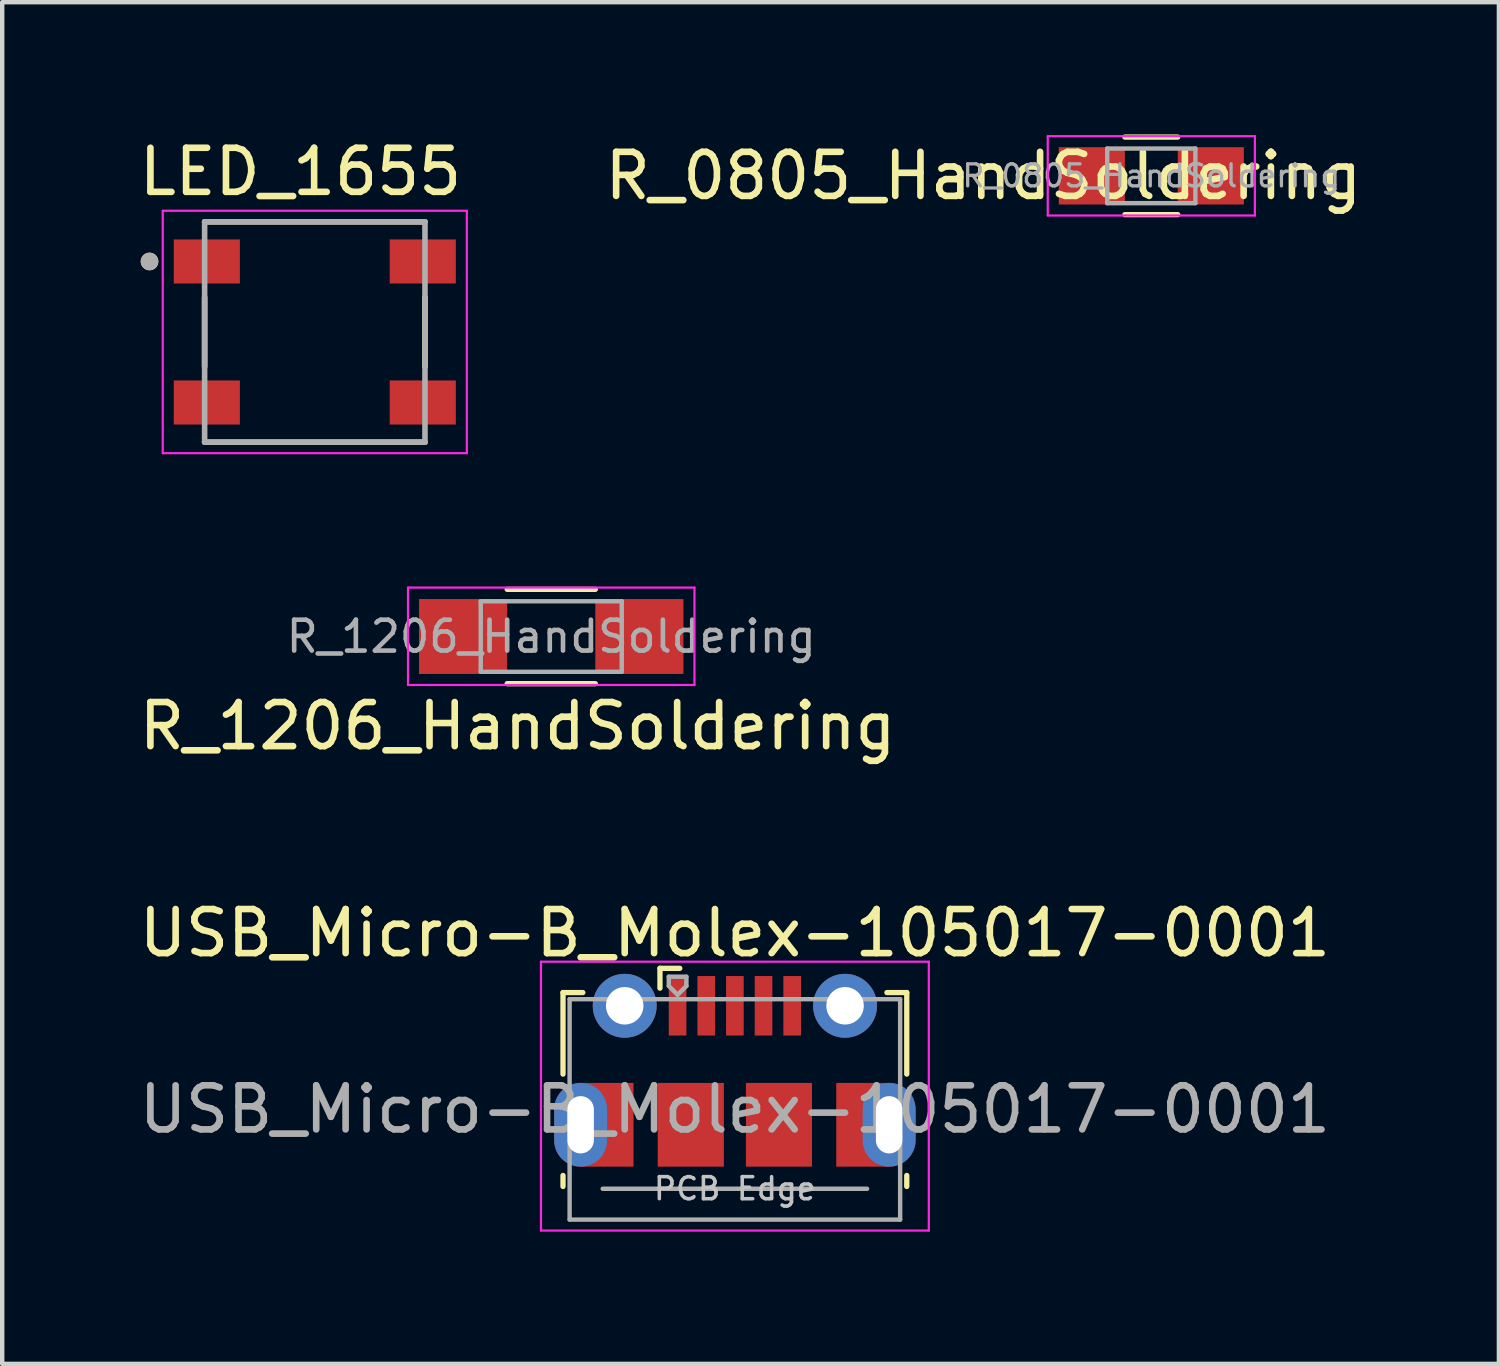
<source format=kicad_pcb>
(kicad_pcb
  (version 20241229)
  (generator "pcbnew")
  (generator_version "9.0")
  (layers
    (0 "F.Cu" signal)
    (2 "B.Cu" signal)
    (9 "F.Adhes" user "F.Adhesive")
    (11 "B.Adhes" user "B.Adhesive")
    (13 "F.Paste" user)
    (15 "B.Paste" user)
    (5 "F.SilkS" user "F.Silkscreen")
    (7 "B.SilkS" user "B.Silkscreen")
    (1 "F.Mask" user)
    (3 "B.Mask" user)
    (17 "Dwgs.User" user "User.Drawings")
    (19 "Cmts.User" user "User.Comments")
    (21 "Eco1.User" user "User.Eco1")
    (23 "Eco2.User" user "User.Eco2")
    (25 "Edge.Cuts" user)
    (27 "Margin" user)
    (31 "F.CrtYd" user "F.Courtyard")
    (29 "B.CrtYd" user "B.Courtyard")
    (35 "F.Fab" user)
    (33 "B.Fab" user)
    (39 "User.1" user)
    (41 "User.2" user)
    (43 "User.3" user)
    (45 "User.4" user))
  (footprint "R_1206_HandSoldering"
    (layer "F.Cu")
    (at 9.458 11.393)
    (property "Reference" "R_1206_HandSoldering" (at -0.762 2.032 180) (layer "F.SilkS") (effects (font (size 1 1) (thickness 0.15))))
    (attr smd)
    (fp_line (start -1 -1.07) (end 1 -1.07) (stroke (width 0.12) (type solid)) (layer "F.SilkS"))
    (fp_line (start 1 1.07) (end -1 1.07) (stroke (width 0.12) (type solid)) (layer "F.SilkS"))
    (fp_line (start -3.25 -1.11) (end -3.25 1.1) (stroke (width 0.05) (type solid)) (layer "F.CrtYd"))
    (fp_line (start -3.25 -1.11) (end 3.25 -1.11) (stroke (width 0.05) (type solid)) (layer "F.CrtYd"))
    (fp_line (start 3.25 1.1) (end -3.25 1.1) (stroke (width 0.05) (type solid)) (layer "F.CrtYd"))
    (fp_line (start 3.25 1.1) (end 3.25 -1.11) (stroke (width 0.05) (type solid)) (layer "F.CrtYd"))
    (fp_line (start -1.6 -0.8) (end 1.6 -0.8) (stroke (width 0.1) (type solid)) (layer "F.Fab"))
    (fp_line (start -1.6 0.8) (end -1.6 -0.8) (stroke (width 0.1) (type solid)) (layer "F.Fab"))
    (fp_line (start 1.6 -0.8) (end 1.6 0.8) (stroke (width 0.1) (type solid)) (layer "F.Fab"))
    (fp_line (start 1.6 0.8) (end -1.6 0.8) (stroke (width 0.1) (type solid)) (layer "F.Fab"))
    (fp_text user "${REFERENCE}" (at 0 0 0) (layer "F.Fab") (effects (font (size 0.7 0.7) (thickness 0.105))))
    (pad "1" smd rect (at -2 0) (size 2 1.7) (layers "F.Cu" "F.Mask" "F.Paste"))
    (pad "2" smd rect (at 2 0) (size 2 1.7) (layers "F.Cu" "F.Mask" "F.Paste")))
  (footprint "LED_1655"
    (layer "F.Cu")
    (at 4.093 4.483)
    (property "Reference" "LED_1655" (at -0.325 -3.635 0) (layer "F.SilkS") (effects (font (size 1 1) (thickness 0.15))))
    (attr through_hole)
    (fp_line (start -2.5 0.786) (end -2.5 -0.786) (stroke (width 0.127) (type solid)) (layer "F.SilkS"))
    (fp_line (start -2.5 2.5) (end 2.5 2.5) (stroke (width 0.127) (type solid)) (layer "F.SilkS"))
    (fp_line (start 2.5 -2.5) (end -2.5 -2.5) (stroke (width 0.127) (type solid)) (layer "F.SilkS"))
    (fp_line (start 2.5 0.786) (end 2.5 -0.786) (stroke (width 0.127) (type solid)) (layer "F.SilkS"))
    (fp_circle (center -3.75 -1.6) (end -3.65 -1.6) (stroke (width 0.2) (type solid)) (fill no) (layer "F.SilkS"))
    (fp_line (start -3.45 -2.75) (end 3.45 -2.75) (stroke (width 0.05) (type solid)) (layer "F.CrtYd"))
    (fp_line (start -3.45 2.75) (end -3.45 -2.75) (stroke (width 0.05) (type solid)) (layer "F.CrtYd"))
    (fp_line (start 3.45 -2.75) (end 3.45 2.75) (stroke (width 0.05) (type solid)) (layer "F.CrtYd"))
    (fp_line (start 3.45 2.75) (end -3.45 2.75) (stroke (width 0.05) (type solid)) (layer "F.CrtYd"))
    (fp_line (start -2.5 -2.5) (end -2.5 2.5) (stroke (width 0.127) (type solid)) (layer "F.Fab"))
    (fp_line (start -2.5 2.5) (end 2.5 2.5) (stroke (width 0.127) (type solid)) (layer "F.Fab"))
    (fp_line (start 2.5 -2.5) (end -2.5 -2.5) (stroke (width 0.127) (type solid)) (layer "F.Fab"))
    (fp_line (start 2.5 2.5) (end 2.5 -2.5) (stroke (width 0.127) (type solid)) (layer "F.Fab"))
    (fp_circle (center -3.75 -1.6) (end -3.65 -1.6) (stroke (width 0.2) (type solid)) (fill no) (layer "F.Fab"))
    (pad "1" smd rect (at -2.45 -1.6 90) (size 1 1.5) (layers "F.Cu" "F.Mask" "F.Paste"))
    (pad "2" smd rect (at -2.45 1.6 90) (size 1 1.5) (layers "F.Cu" "F.Mask" "F.Paste"))
    (pad "3" smd rect (at 2.45 1.6 90) (size 1 1.5) (layers "F.Cu" "F.Mask" "F.Paste"))
    (pad "4" smd rect (at 2.45 -1.6 90) (size 1 1.5) (layers "F.Cu" "F.Mask" "F.Paste")))
  (footprint "USB_Micro-B_Molex-105017-0001"
    (layer "F.Cu")
    (at 13.625 22.122)
    (property "Reference" "USB_Micro-B_Molex-105017-0001" (at 0 -4 0) (layer "F.SilkS") (effects (font (size 1 1) (thickness 0.15))))
    (attr smd)
    (fp_line (start -3.9 -2.65) (end -3.45 -2.65) (stroke (width 0.12) (type solid)) (layer "F.SilkS"))
    (fp_line (start -3.9 -0.8) (end -3.9 -2.65) (stroke (width 0.12) (type solid)) (layer "F.SilkS"))
    (fp_line (start -3.9 1.75) (end -3.9 1.5) (stroke (width 0.12) (type solid)) (layer "F.SilkS"))
    (fp_line (start -1.7 -3.2) (end -1.7 -2.75) (stroke (width 0.12) (type solid)) (layer "F.SilkS"))
    (fp_line (start -1.7 -3.2) (end -1.25 -3.2) (stroke (width 0.12) (type solid)) (layer "F.SilkS"))
    (fp_line (start 3.9 -2.65) (end 3.45 -2.65) (stroke (width 0.12) (type solid)) (layer "F.SilkS"))
    (fp_line (start 3.9 -0.8) (end 3.9 -2.65) (stroke (width 0.12) (type solid)) (layer "F.SilkS"))
    (fp_line (start 3.9 1.75) (end 3.9 1.5) (stroke (width 0.12) (type solid)) (layer "F.SilkS"))
    (fp_line (start -4.4 -3.35) (end 4.4 -3.35) (stroke (width 0.05) (type solid)) (layer "F.CrtYd"))
    (fp_line (start -4.4 2.75) (end -4.4 -3.35) (stroke (width 0.05) (type solid)) (layer "F.CrtYd"))
    (fp_line (start -4.4 2.75) (end 4.4 2.75) (stroke (width 0.05) (type solid)) (layer "F.CrtYd"))
    (fp_line (start 4.4 -3.35) (end 4.4 2.75) (stroke (width 0.05) (type solid)) (layer "F.CrtYd"))
    (fp_line (start -3.75 -2.5) (end 3.75 -2.5) (stroke (width 0.1) (type solid)) (layer "F.Fab"))
    (fp_line (start -3.75 2.5) (end -3.75 -2.5) (stroke (width 0.1) (type solid)) (layer "F.Fab"))
    (fp_line (start -3.75 2.502) (end 3.75 2.502) (stroke (width 0.1) (type solid)) (layer "F.Fab"))
    (fp_line (start -3 1.802) (end 3 1.802) (stroke (width 0.1) (type solid)) (layer "F.Fab"))
    (fp_line (start -1.5 -3.01) (end -1.5 -2.8) (stroke (width 0.1) (type solid)) (layer "F.Fab"))
    (fp_line (start -1.5 -3.01) (end -1.1 -3.01) (stroke (width 0.1) (type solid)) (layer "F.Fab"))
    (fp_line (start -1.3 -2.6) (end -1.5 -2.8) (stroke (width 0.1) (type solid)) (layer "F.Fab"))
    (fp_line (start -1.1 -3.01) (end -1.1 -2.8) (stroke (width 0.1) (type solid)) (layer "F.Fab"))
    (fp_line (start -1.1 -2.8) (end -1.3 -2.6) (stroke (width 0.1) (type solid)) (layer "F.Fab"))
    (fp_line (start 3.75 2.5) (end 3.75 -2.5) (stroke (width 0.1) (type solid)) (layer "F.Fab"))
    (fp_text user "PCB Edge" (at 0 1.8 0) (layer "Dwgs.User") (effects (font (size 0.5 0.5) (thickness 0.08))))
    (fp_text user "${REFERENCE}" (at 0 0 0) (layer "F.Fab") (effects (font (size 1 1) (thickness 0.15))))
    (pad "1" smd rect (at -1.3 -2.35) (size 0.4 1.35) (layers "F.Cu" "F.Mask" "F.Paste"))
    (pad "2" smd rect (at -0.65 -2.35) (size 0.4 1.35) (layers "F.Cu" "F.Mask" "F.Paste"))
    (pad "3" smd rect (at 0 -2.35) (size 0.4 1.35) (layers "F.Cu" "F.Mask" "F.Paste"))
    (pad "4" smd rect (at 0.65 -2.35) (size 0.4 1.35) (layers "F.Cu" "F.Mask" "F.Paste"))
    (pad "5" smd rect (at 1.3 -2.35) (size 0.4 1.35) (layers "F.Cu" "F.Mask" "F.Paste"))
    (pad "6" thru_hole oval (at -3.5 0.35 180) (size 1.2 1.9) (drill oval 0.6 1.3) (layers "*.Cu" "*.Mask"))
    (pad "6" smd rect (at -2.9 0.35) (size 1.2 1.9) (layers "F.Cu" "F.Mask"))
    (pad "6" thru_hole circle (at -2.5 -2.35) (size 1.45 1.45) (drill 0.85) (layers "*.Cu" "*.Mask"))
    (pad "6" smd rect (at -1 0.35) (size 1.5 1.9) (layers "F.Cu" "F.Mask" "F.Paste"))
    (pad "6" smd rect (at 1 0.35) (size 1.5 1.9) (layers "F.Cu" "F.Mask" "F.Paste"))
    (pad "6" thru_hole circle (at 2.5 -2.35) (size 1.45 1.45) (drill 0.85) (layers "*.Cu" "*.Mask"))
    (pad "6" smd rect (at 2.9 0.35) (size 1.2 1.9) (layers "F.Cu" "F.Mask"))
    (pad "6" thru_hole oval (at 3.5 0.35) (size 1.2 1.9) (drill oval 0.6 1.3) (layers "*.Cu" "*.Mask")))
  (footprint "R_0805_HandSoldering"
    (layer "F.Cu")
    (at 23.074 0.94)
    (property "Reference" "R_0805_HandSoldering" (at -3.81 0 0) (layer "F.SilkS") (effects (font (size 1 1) (thickness 0.15))))
    (attr smd)
    (fp_line (start -0.6 -0.88) (end 0.6 -0.88) (stroke (width 0.12) (type solid)) (layer "F.SilkS"))
    (fp_line (start 0.6 0.88) (end -0.6 0.88) (stroke (width 0.12) (type solid)) (layer "F.SilkS"))
    (fp_line (start -2.35 -0.9) (end -2.35 0.9) (stroke (width 0.05) (type solid)) (layer "F.CrtYd"))
    (fp_line (start -2.35 -0.9) (end 2.35 -0.9) (stroke (width 0.05) (type solid)) (layer "F.CrtYd"))
    (fp_line (start 2.35 0.9) (end -2.35 0.9) (stroke (width 0.05) (type solid)) (layer "F.CrtYd"))
    (fp_line (start 2.35 0.9) (end 2.35 -0.9) (stroke (width 0.05) (type solid)) (layer "F.CrtYd"))
    (fp_line (start -1 -0.62) (end 1 -0.62) (stroke (width 0.1) (type solid)) (layer "F.Fab"))
    (fp_line (start -1 0.62) (end -1 -0.62) (stroke (width 0.1) (type solid)) (layer "F.Fab"))
    (fp_line (start 1 -0.62) (end 1 0.62) (stroke (width 0.1) (type solid)) (layer "F.Fab"))
    (fp_line (start 1 0.62) (end -1 0.62) (stroke (width 0.1) (type solid)) (layer "F.Fab"))
    (fp_text user "${REFERENCE}" (at 0 0 0) (layer "F.Fab") (effects (font (size 0.5 0.5) (thickness 0.075))))
    (pad "1" smd rect (at -1.35 0) (size 1.5 1.3) (layers "F.Cu" "F.Mask" "F.Paste"))
    (pad "2" smd rect (at 1.35 0) (size 1.5 1.3) (layers "F.Cu" "F.Mask" "F.Paste")))
  (gr_rect
    (start -3 -3)
    (end 30.961 27.897)
    (stroke (width 0.1) (type default))
    (fill no)
    (layer "Edge.Cuts")))
</source>
